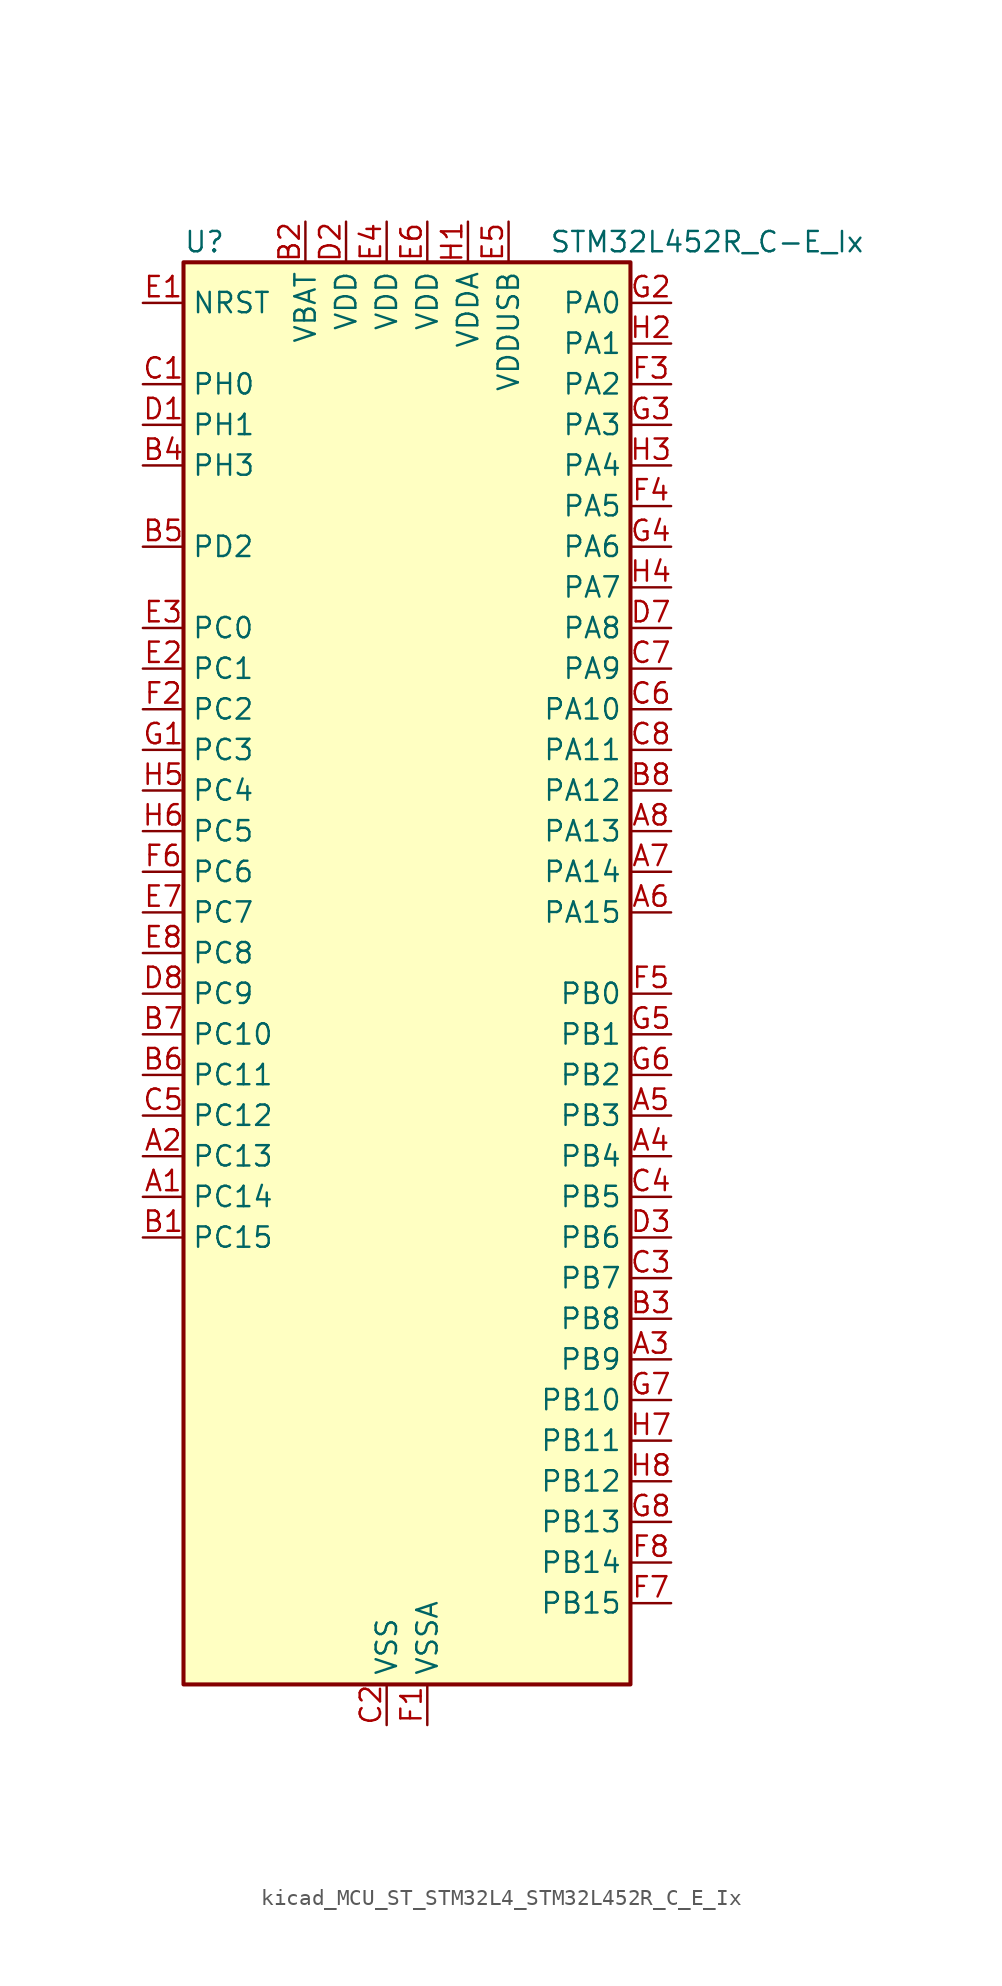
<source format=kicad_sym>
(kicad_symbol_lib
  (version 20220914)
  (generator kicad_symbol_editor)
  (symbol "kicad_MCU_ST_STM32L4_STM32L452R_C_E_Ix"
    (property "Reference" "U"
      (at -12.7 46.99 0)
      (effects (font (size 1.27 1.27)) (justify left)))
    (property "Value" "STM32L452R_C-E_Ix"
      (at 10.16 46.99 0)
      (effects (font (size 1.27 1.27)) (justify left)))
    (property "ki_locked" ""
      (at 0 0 0)
      (effects (font (size 1.27 1.27))))
    (symbol "kicad_MCU_ST_STM32L4_STM32L452R_C_E_Ix_0_1"
      (rectangle (start -12.7 -43.18) (end 15.24 45.72) (stroke (width 0.254) (type default)) (fill (type background))))
    (symbol "kicad_MCU_ST_STM32L4_STM32L452R_C_E_Ix_1_1"
      (pin bidirectional line (at -15.24 -12.7 0) (length 2.54) (name "PC14" (effects (font (size 1.27 1.27)))) (number "A1" (effects (font (size 1.27 1.27)))) (alternate "RCC_OSC32_IN" bidirectional line))
      (pin bidirectional line (at -15.24 -10.16 0) (length 2.54) (name "PC13" (effects (font (size 1.27 1.27)))) (number "A2" (effects (font (size 1.27 1.27)))) (alternate "RTC_OUT_ALARM" bidirectional line) (alternate "RTC_OUT_CALIB" bidirectional line) (alternate "RTC_TAMP1" bidirectional line) (alternate "RTC_TS" bidirectional line) (alternate "SYS_WKUP2" bidirectional line))
      (pin bidirectional line (at 17.78 -22.86 180) (length 2.54) (name "PB9" (effects (font (size 1.27 1.27)))) (number "A3" (effects (font (size 1.27 1.27)))) (alternate "CAN1_TX" bidirectional line) (alternate "DAC1_EXTI9" bidirectional line) (alternate "I2C1_SDA" bidirectional line) (alternate "IR_OUT" bidirectional line) (alternate "SAI1_FS_A" bidirectional line) (alternate "SDMMC1_D5" bidirectional line) (alternate "SPI2_NSS" bidirectional line))
      (pin bidirectional line (at 17.78 -10.16 180) (length 2.54) (name "PB4" (effects (font (size 1.27 1.27)))) (number "A4" (effects (font (size 1.27 1.27)))) (alternate "COMP2_INP" bidirectional line) (alternate "I2C3_SDA" bidirectional line) (alternate "SAI1_MCLK_B" bidirectional line) (alternate "SPI1_MISO" bidirectional line) (alternate "SPI3_MISO" bidirectional line) (alternate "SYS_JTRST" bidirectional line) (alternate "TIM3_CH1" bidirectional line) (alternate "TSC_G2_IO1" bidirectional line) (alternate "USART1_CTS" bidirectional line))
      (pin bidirectional line (at 17.78 -7.62 180) (length 2.54) (name "PB3" (effects (font (size 1.27 1.27)))) (number "A5" (effects (font (size 1.27 1.27)))) (alternate "COMP2_INM" bidirectional line) (alternate "SAI1_SCK_B" bidirectional line) (alternate "SPI1_SCK" bidirectional line) (alternate "SPI3_SCK" bidirectional line) (alternate "SYS_JTDO-SWO" bidirectional line) (alternate "TIM2_CH2" bidirectional line) (alternate "USART1_DE" bidirectional line) (alternate "USART1_RTS" bidirectional line))
      (pin bidirectional line (at 17.78 5.08 180) (length 2.54) (name "PA15" (effects (font (size 1.27 1.27)))) (number "A6" (effects (font (size 1.27 1.27)))) (alternate "ADC1_EXTI15" bidirectional line) (alternate "SPI1_NSS" bidirectional line) (alternate "SPI3_NSS" bidirectional line) (alternate "SYS_JTDI" bidirectional line) (alternate "TIM2_CH1" bidirectional line) (alternate "TIM2_ETR" bidirectional line) (alternate "TSC_G3_IO1" bidirectional line) (alternate "UART4_DE" bidirectional line) (alternate "UART4_RTS" bidirectional line) (alternate "USART2_RX" bidirectional line) (alternate "USART3_DE" bidirectional line) (alternate "USART3_RTS" bidirectional line))
      (pin bidirectional line (at 17.78 7.62 180) (length 2.54) (name "PA14" (effects (font (size 1.27 1.27)))) (number "A7" (effects (font (size 1.27 1.27)))) (alternate "I2C1_SMBA" bidirectional line) (alternate "I2C4_SMBA" bidirectional line) (alternate "LPTIM1_OUT" bidirectional line) (alternate "SAI1_FS_B" bidirectional line) (alternate "SYS_JTCK-SWCLK" bidirectional line))
      (pin bidirectional line (at 17.78 10.16 180) (length 2.54) (name "PA13" (effects (font (size 1.27 1.27)))) (number "A8" (effects (font (size 1.27 1.27)))) (alternate "IR_OUT" bidirectional line) (alternate "SAI1_SD_B" bidirectional line) (alternate "SYS_JTMS-SWDIO" bidirectional line) (alternate "USB_NOE" bidirectional line))
      (pin bidirectional line (at -15.24 -15.24 0) (length 2.54) (name "PC15" (effects (font (size 1.27 1.27)))) (number "B1" (effects (font (size 1.27 1.27)))) (alternate "ADC1_EXTI15" bidirectional line) (alternate "RCC_OSC32_OUT" bidirectional line))
      (pin power_in line (at -5.08 48.26 270) (length 2.54) (name "VBAT" (effects (font (size 1.27 1.27)))) (number "B2" (effects (font (size 1.27 1.27)))))
      (pin bidirectional line (at 17.78 -20.32 180) (length 2.54) (name "PB8" (effects (font (size 1.27 1.27)))) (number "B3" (effects (font (size 1.27 1.27)))) (alternate "CAN1_RX" bidirectional line) (alternate "I2C1_SCL" bidirectional line) (alternate "SAI1_MCLK_A" bidirectional line) (alternate "SDMMC1_D4" bidirectional line) (alternate "TIM16_CH1" bidirectional line))
      (pin bidirectional line (at -15.24 33.02 0) (length 2.54) (name "PH3" (effects (font (size 1.27 1.27)))) (number "B4" (effects (font (size 1.27 1.27)))))
      (pin bidirectional line (at -15.24 27.94 0) (length 2.54) (name "PD2" (effects (font (size 1.27 1.27)))) (number "B5" (effects (font (size 1.27 1.27)))) (alternate "SDMMC1_CMD" bidirectional line) (alternate "SYS_TRACED2" bidirectional line) (alternate "TIM3_ETR" bidirectional line) (alternate "TSC_SYNC" bidirectional line) (alternate "USART3_DE" bidirectional line) (alternate "USART3_RTS" bidirectional line))
      (pin bidirectional line (at -15.24 -5.08 0) (length 2.54) (name "PC11" (effects (font (size 1.27 1.27)))) (number "B6" (effects (font (size 1.27 1.27)))) (alternate "ADC1_EXTI11" bidirectional line) (alternate "SDMMC1_D3" bidirectional line) (alternate "SPI3_MISO" bidirectional line) (alternate "TSC_G3_IO3" bidirectional line) (alternate "UART4_RX" bidirectional line) (alternate "USART3_RX" bidirectional line))
      (pin bidirectional line (at -15.24 -2.54 0) (length 2.54) (name "PC10" (effects (font (size 1.27 1.27)))) (number "B7" (effects (font (size 1.27 1.27)))) (alternate "SDMMC1_D2" bidirectional line) (alternate "SPI3_SCK" bidirectional line) (alternate "SYS_TRACED1" bidirectional line) (alternate "TSC_G3_IO2" bidirectional line) (alternate "UART4_TX" bidirectional line) (alternate "USART3_TX" bidirectional line))
      (pin bidirectional line (at 17.78 12.7 180) (length 2.54) (name "PA12" (effects (font (size 1.27 1.27)))) (number "B8" (effects (font (size 1.27 1.27)))) (alternate "CAN1_TX" bidirectional line) (alternate "SPI1_MOSI" bidirectional line) (alternate "TIM1_ETR" bidirectional line) (alternate "USART1_DE" bidirectional line) (alternate "USART1_RTS" bidirectional line) (alternate "USB_DP" bidirectional line))
      (pin bidirectional line (at -15.24 38.1 0) (length 2.54) (name "PH0" (effects (font (size 1.27 1.27)))) (number "C1" (effects (font (size 1.27 1.27)))) (alternate "RCC_OSC_IN" bidirectional line))
      (pin power_in line (at 0 -45.72 90) (length 2.54) (name "VSS" (effects (font (size 1.27 1.27)))) (number "C2" (effects (font (size 1.27 1.27)))))
      (pin bidirectional line (at 17.78 -17.78 180) (length 2.54) (name "PB7" (effects (font (size 1.27 1.27)))) (number "C3" (effects (font (size 1.27 1.27)))) (alternate "COMP2_INM" bidirectional line) (alternate "I2C1_SDA" bidirectional line) (alternate "I2C4_SDA" bidirectional line) (alternate "LPTIM1_IN2" bidirectional line) (alternate "SYS_PVD_IN" bidirectional line) (alternate "TSC_G2_IO4" bidirectional line) (alternate "UART4_CTS" bidirectional line) (alternate "USART1_RX" bidirectional line))
      (pin bidirectional line (at 17.78 -12.7 180) (length 2.54) (name "PB5" (effects (font (size 1.27 1.27)))) (number "C4" (effects (font (size 1.27 1.27)))) (alternate "CAN1_RX" bidirectional line) (alternate "COMP2_OUT" bidirectional line) (alternate "I2C1_SMBA" bidirectional line) (alternate "LPTIM1_IN1" bidirectional line) (alternate "SAI1_SD_B" bidirectional line) (alternate "SPI1_MOSI" bidirectional line) (alternate "SPI3_MOSI" bidirectional line) (alternate "TIM16_BKIN" bidirectional line) (alternate "TIM3_CH2" bidirectional line) (alternate "TSC_G2_IO2" bidirectional line) (alternate "USART1_CK" bidirectional line))
      (pin bidirectional line (at -15.24 -7.62 0) (length 2.54) (name "PC12" (effects (font (size 1.27 1.27)))) (number "C5" (effects (font (size 1.27 1.27)))) (alternate "SDMMC1_CK" bidirectional line) (alternate "SPI3_MOSI" bidirectional line) (alternate "SYS_TRACED3" bidirectional line) (alternate "TSC_G3_IO4" bidirectional line) (alternate "USART3_CK" bidirectional line))
      (pin bidirectional line (at 17.78 17.78 180) (length 2.54) (name "PA10" (effects (font (size 1.27 1.27)))) (number "C6" (effects (font (size 1.27 1.27)))) (alternate "CRS_SYNC" bidirectional line) (alternate "I2C1_SDA" bidirectional line) (alternate "SAI1_SD_A" bidirectional line) (alternate "TIM1_CH3" bidirectional line) (alternate "USART1_RX" bidirectional line))
      (pin bidirectional line (at 17.78 20.32 180) (length 2.54) (name "PA9" (effects (font (size 1.27 1.27)))) (number "C7" (effects (font (size 1.27 1.27)))) (alternate "DAC1_EXTI9" bidirectional line) (alternate "DFSDM1_DATIN1" bidirectional line) (alternate "I2C1_SCL" bidirectional line) (alternate "SAI1_FS_A" bidirectional line) (alternate "TIM15_BKIN" bidirectional line) (alternate "TIM1_CH2" bidirectional line) (alternate "USART1_TX" bidirectional line))
      (pin bidirectional line (at 17.78 15.24 180) (length 2.54) (name "PA11" (effects (font (size 1.27 1.27)))) (number "C8" (effects (font (size 1.27 1.27)))) (alternate "ADC1_EXTI11" bidirectional line) (alternate "CAN1_RX" bidirectional line) (alternate "COMP1_OUT" bidirectional line) (alternate "SPI1_MISO" bidirectional line) (alternate "TIM1_BKIN2" bidirectional line) (alternate "TIM1_BKIN2_COMP1" bidirectional line) (alternate "TIM1_CH4" bidirectional line) (alternate "USART1_CTS" bidirectional line) (alternate "USB_DM" bidirectional line))
      (pin bidirectional line (at -15.24 35.56 0) (length 2.54) (name "PH1" (effects (font (size 1.27 1.27)))) (number "D1" (effects (font (size 1.27 1.27)))) (alternate "RCC_OSC_OUT" bidirectional line))
      (pin power_in line (at -2.54 48.26 270) (length 2.54) (name "VDD" (effects (font (size 1.27 1.27)))) (number "D2" (effects (font (size 1.27 1.27)))))
      (pin bidirectional line (at 17.78 -15.24 180) (length 2.54) (name "PB6" (effects (font (size 1.27 1.27)))) (number "D3" (effects (font (size 1.27 1.27)))) (alternate "CAN1_TX" bidirectional line) (alternate "COMP2_INP" bidirectional line) (alternate "I2C1_SCL" bidirectional line) (alternate "I2C4_SCL" bidirectional line) (alternate "LPTIM1_ETR" bidirectional line) (alternate "SAI1_FS_B" bidirectional line) (alternate "TIM16_CH1N" bidirectional line) (alternate "TSC_G2_IO3" bidirectional line) (alternate "USART1_TX" bidirectional line))
      (pin passive line (at 0 -45.72 90) (length 2.54) hide (name "VSS" (effects (font (size 1.27 1.27)))) (number "D4" (effects (font (size 1.27 1.27)))))
      (pin passive line (at 0 -45.72 90) (length 2.54) hide (name "VSS" (effects (font (size 1.27 1.27)))) (number "D5" (effects (font (size 1.27 1.27)))))
      (pin passive line (at 0 -45.72 90) (length 2.54) hide (name "VSS" (effects (font (size 1.27 1.27)))) (number "D6" (effects (font (size 1.27 1.27)))))
      (pin bidirectional line (at 17.78 22.86 180) (length 2.54) (name "PA8" (effects (font (size 1.27 1.27)))) (number "D7" (effects (font (size 1.27 1.27)))) (alternate "DFSDM1_CKIN1" bidirectional line) (alternate "LPTIM2_OUT" bidirectional line) (alternate "RCC_MCO" bidirectional line) (alternate "SAI1_SCK_A" bidirectional line) (alternate "TIM1_CH1" bidirectional line) (alternate "USART1_CK" bidirectional line))
      (pin bidirectional line (at -15.24 0 0) (length 2.54) (name "PC9" (effects (font (size 1.27 1.27)))) (number "D8" (effects (font (size 1.27 1.27)))) (alternate "DAC1_EXTI9" bidirectional line) (alternate "SDMMC1_D1" bidirectional line) (alternate "TIM3_CH4" bidirectional line) (alternate "TSC_G4_IO4" bidirectional line) (alternate "USB_NOE" bidirectional line))
      (pin input line (at -15.24 43.18 0) (length 2.54) (name "NRST" (effects (font (size 1.27 1.27)))) (number "E1" (effects (font (size 1.27 1.27)))))
      (pin bidirectional line (at -15.24 20.32 0) (length 2.54) (name "PC1" (effects (font (size 1.27 1.27)))) (number "E2" (effects (font (size 1.27 1.27)))) (alternate "ADC1_IN2" bidirectional line) (alternate "I2C3_SDA" bidirectional line) (alternate "I2C4_SDA" bidirectional line) (alternate "LPTIM1_OUT" bidirectional line) (alternate "LPUART1_TX" bidirectional line) (alternate "SYS_TRACED0" bidirectional line))
      (pin bidirectional line (at -15.24 22.86 0) (length 2.54) (name "PC0" (effects (font (size 1.27 1.27)))) (number "E3" (effects (font (size 1.27 1.27)))) (alternate "ADC1_IN1" bidirectional line) (alternate "I2C3_SCL" bidirectional line) (alternate "I2C4_SCL" bidirectional line) (alternate "LPTIM1_IN1" bidirectional line) (alternate "LPTIM2_IN1" bidirectional line) (alternate "LPUART1_RX" bidirectional line))
      (pin power_in line (at 0 48.26 270) (length 2.54) (name "VDD" (effects (font (size 1.27 1.27)))) (number "E4" (effects (font (size 1.27 1.27)))))
      (pin power_in line (at 7.62 48.26 270) (length 2.54) (name "VDDUSB" (effects (font (size 1.27 1.27)))) (number "E5" (effects (font (size 1.27 1.27)))))
      (pin power_in line (at 2.54 48.26 270) (length 2.54) (name "VDD" (effects (font (size 1.27 1.27)))) (number "E6" (effects (font (size 1.27 1.27)))))
      (pin bidirectional line (at -15.24 5.08 0) (length 2.54) (name "PC7" (effects (font (size 1.27 1.27)))) (number "E7" (effects (font (size 1.27 1.27)))) (alternate "DFSDM1_DATIN3" bidirectional line) (alternate "SDMMC1_D7" bidirectional line) (alternate "TIM3_CH2" bidirectional line) (alternate "TSC_G4_IO2" bidirectional line))
      (pin bidirectional line (at -15.24 2.54 0) (length 2.54) (name "PC8" (effects (font (size 1.27 1.27)))) (number "E8" (effects (font (size 1.27 1.27)))) (alternate "SDMMC1_D0" bidirectional line) (alternate "TIM3_CH3" bidirectional line) (alternate "TSC_G4_IO3" bidirectional line))
      (pin power_in line (at 2.54 -45.72 90) (length 2.54) (name "VSSA" (effects (font (size 1.27 1.27)))) (number "F1" (effects (font (size 1.27 1.27)))))
      (pin bidirectional line (at -15.24 17.78 0) (length 2.54) (name "PC2" (effects (font (size 1.27 1.27)))) (number "F2" (effects (font (size 1.27 1.27)))) (alternate "ADC1_IN3" bidirectional line) (alternate "DFSDM1_CKOUT" bidirectional line) (alternate "LPTIM1_IN2" bidirectional line) (alternate "SPI2_MISO" bidirectional line))
      (pin bidirectional line (at 17.78 38.1 180) (length 2.54) (name "PA2" (effects (font (size 1.27 1.27)))) (number "F3" (effects (font (size 1.27 1.27)))) (alternate "ADC1_IN7" bidirectional line) (alternate "COMP2_INM" bidirectional line) (alternate "COMP2_OUT" bidirectional line) (alternate "LPUART1_TX" bidirectional line) (alternate "QUADSPI_BK1_NCS" bidirectional line) (alternate "RCC_LSCO" bidirectional line) (alternate "SYS_WKUP4" bidirectional line) (alternate "TIM15_CH1" bidirectional line) (alternate "TIM2_CH3" bidirectional line) (alternate "USART2_TX" bidirectional line))
      (pin bidirectional line (at 17.78 30.48 180) (length 2.54) (name "PA5" (effects (font (size 1.27 1.27)))) (number "F4" (effects (font (size 1.27 1.27)))) (alternate "ADC1_IN10" bidirectional line) (alternate "COMP1_INM" bidirectional line) (alternate "COMP2_INM" bidirectional line) (alternate "DFSDM1_CKOUT" bidirectional line) (alternate "LPTIM2_ETR" bidirectional line) (alternate "SPI1_SCK" bidirectional line) (alternate "TIM2_CH1" bidirectional line) (alternate "TIM2_ETR" bidirectional line))
      (pin bidirectional line (at 17.78 0 180) (length 2.54) (name "PB0" (effects (font (size 1.27 1.27)))) (number "F5" (effects (font (size 1.27 1.27)))) (alternate "ADC1_IN15" bidirectional line) (alternate "COMP1_OUT" bidirectional line) (alternate "DFSDM1_CKIN0" bidirectional line) (alternate "QUADSPI_BK1_IO1" bidirectional line) (alternate "SAI1_EXTCLK" bidirectional line) (alternate "SPI1_NSS" bidirectional line) (alternate "TIM1_CH2N" bidirectional line) (alternate "TIM3_CH3" bidirectional line) (alternate "USART3_CK" bidirectional line))
      (pin bidirectional line (at -15.24 7.62 0) (length 2.54) (name "PC6" (effects (font (size 1.27 1.27)))) (number "F6" (effects (font (size 1.27 1.27)))) (alternate "DFSDM1_CKIN3" bidirectional line) (alternate "SDMMC1_D6" bidirectional line) (alternate "TIM3_CH1" bidirectional line) (alternate "TSC_G4_IO1" bidirectional line))
      (pin bidirectional line (at 17.78 -38.1 180) (length 2.54) (name "PB15" (effects (font (size 1.27 1.27)))) (number "F7" (effects (font (size 1.27 1.27)))) (alternate "ADC1_EXTI15" bidirectional line) (alternate "DFSDM1_CKIN2" bidirectional line) (alternate "RTC_REFIN" bidirectional line) (alternate "SAI1_SD_A" bidirectional line) (alternate "SPI2_MOSI" bidirectional line) (alternate "TIM15_CH2" bidirectional line) (alternate "TIM1_CH3N" bidirectional line) (alternate "TSC_G1_IO4" bidirectional line))
      (pin bidirectional line (at 17.78 -35.56 180) (length 2.54) (name "PB14" (effects (font (size 1.27 1.27)))) (number "F8" (effects (font (size 1.27 1.27)))) (alternate "DFSDM1_DATIN2" bidirectional line) (alternate "I2C2_SDA" bidirectional line) (alternate "SAI1_MCLK_A" bidirectional line) (alternate "SPI2_MISO" bidirectional line) (alternate "TIM15_CH1" bidirectional line) (alternate "TIM1_CH2N" bidirectional line) (alternate "TSC_G1_IO3" bidirectional line) (alternate "USART3_DE" bidirectional line) (alternate "USART3_RTS" bidirectional line))
      (pin bidirectional line (at -15.24 15.24 0) (length 2.54) (name "PC3" (effects (font (size 1.27 1.27)))) (number "G1" (effects (font (size 1.27 1.27)))) (alternate "ADC1_IN4" bidirectional line) (alternate "LPTIM1_ETR" bidirectional line) (alternate "LPTIM2_ETR" bidirectional line) (alternate "SAI1_SD_A" bidirectional line) (alternate "SPI2_MOSI" bidirectional line))
      (pin bidirectional line (at 17.78 43.18 180) (length 2.54) (name "PA0" (effects (font (size 1.27 1.27)))) (number "G2" (effects (font (size 1.27 1.27)))) (alternate "ADC1_IN5" bidirectional line) (alternate "COMP1_INM" bidirectional line) (alternate "COMP1_OUT" bidirectional line) (alternate "OPAMP1_VINP" bidirectional line) (alternate "RTC_TAMP2" bidirectional line) (alternate "SAI1_EXTCLK" bidirectional line) (alternate "SYS_WKUP1" bidirectional line) (alternate "TIM2_CH1" bidirectional line) (alternate "TIM2_ETR" bidirectional line) (alternate "UART4_TX" bidirectional line) (alternate "USART2_CTS" bidirectional line))
      (pin bidirectional line (at 17.78 35.56 180) (length 2.54) (name "PA3" (effects (font (size 1.27 1.27)))) (number "G3" (effects (font (size 1.27 1.27)))) (alternate "ADC1_IN8" bidirectional line) (alternate "COMP2_INP" bidirectional line) (alternate "LPUART1_RX" bidirectional line) (alternate "OPAMP1_VOUT" bidirectional line) (alternate "QUADSPI_CLK" bidirectional line) (alternate "SAI1_MCLK_A" bidirectional line) (alternate "TIM15_CH2" bidirectional line) (alternate "TIM2_CH4" bidirectional line) (alternate "USART2_RX" bidirectional line))
      (pin bidirectional line (at 17.78 27.94 180) (length 2.54) (name "PA6" (effects (font (size 1.27 1.27)))) (number "G4" (effects (font (size 1.27 1.27)))) (alternate "ADC1_IN11" bidirectional line) (alternate "COMP1_OUT" bidirectional line) (alternate "LPUART1_CTS" bidirectional line) (alternate "QUADSPI_BK1_IO3" bidirectional line) (alternate "SPI1_MISO" bidirectional line) (alternate "TIM16_CH1" bidirectional line) (alternate "TIM1_BKIN" bidirectional line) (alternate "TIM1_BKIN_COMP2" bidirectional line) (alternate "TIM3_CH1" bidirectional line) (alternate "USART3_CTS" bidirectional line))
      (pin bidirectional line (at 17.78 -2.54 180) (length 2.54) (name "PB1" (effects (font (size 1.27 1.27)))) (number "G5" (effects (font (size 1.27 1.27)))) (alternate "ADC1_IN16" bidirectional line) (alternate "COMP1_INM" bidirectional line) (alternate "DFSDM1_DATIN0" bidirectional line) (alternate "LPTIM2_IN1" bidirectional line) (alternate "LPUART1_DE" bidirectional line) (alternate "LPUART1_RTS" bidirectional line) (alternate "QUADSPI_BK1_IO0" bidirectional line) (alternate "TIM1_CH3N" bidirectional line) (alternate "TIM3_CH4" bidirectional line) (alternate "USART3_DE" bidirectional line) (alternate "USART3_RTS" bidirectional line))
      (pin bidirectional line (at 17.78 -5.08 180) (length 2.54) (name "PB2" (effects (font (size 1.27 1.27)))) (number "G6" (effects (font (size 1.27 1.27)))) (alternate "COMP1_INP" bidirectional line) (alternate "DFSDM1_CKIN0" bidirectional line) (alternate "I2C3_SMBA" bidirectional line) (alternate "LPTIM1_OUT" bidirectional line) (alternate "RTC_OUT_ALARM" bidirectional line) (alternate "RTC_OUT_CALIB" bidirectional line))
      (pin bidirectional line (at 17.78 -25.4 180) (length 2.54) (name "PB10" (effects (font (size 1.27 1.27)))) (number "G7" (effects (font (size 1.27 1.27)))) (alternate "COMP1_OUT" bidirectional line) (alternate "I2C2_SCL" bidirectional line) (alternate "I2C4_SCL" bidirectional line) (alternate "LPUART1_RX" bidirectional line) (alternate "QUADSPI_CLK" bidirectional line) (alternate "SAI1_SCK_A" bidirectional line) (alternate "SPI2_SCK" bidirectional line) (alternate "TIM2_CH3" bidirectional line) (alternate "TSC_SYNC" bidirectional line) (alternate "USART3_TX" bidirectional line))
      (pin bidirectional line (at 17.78 -33.02 180) (length 2.54) (name "PB13" (effects (font (size 1.27 1.27)))) (number "G8" (effects (font (size 1.27 1.27)))) (alternate "CAN1_TX" bidirectional line) (alternate "DFSDM1_CKIN1" bidirectional line) (alternate "I2C2_SCL" bidirectional line) (alternate "LPUART1_CTS" bidirectional line) (alternate "SAI1_SCK_A" bidirectional line) (alternate "SPI2_SCK" bidirectional line) (alternate "TIM15_CH1N" bidirectional line) (alternate "TIM1_CH1N" bidirectional line) (alternate "TSC_G1_IO2" bidirectional line) (alternate "USART3_CTS" bidirectional line))
      (pin power_in line (at 5.08 48.26 270) (length 2.54) (name "VDDA" (effects (font (size 1.27 1.27)))) (number "H1" (effects (font (size 1.27 1.27)))))
      (pin bidirectional line (at 17.78 40.64 180) (length 2.54) (name "PA1" (effects (font (size 1.27 1.27)))) (number "H2" (effects (font (size 1.27 1.27)))) (alternate "ADC1_IN6" bidirectional line) (alternate "COMP1_INP" bidirectional line) (alternate "I2C1_SMBA" bidirectional line) (alternate "OPAMP1_VINM" bidirectional line) (alternate "SPI1_SCK" bidirectional line) (alternate "TIM15_CH1N" bidirectional line) (alternate "TIM2_CH2" bidirectional line) (alternate "UART4_RX" bidirectional line) (alternate "USART2_DE" bidirectional line) (alternate "USART2_RTS" bidirectional line))
      (pin bidirectional line (at 17.78 33.02 180) (length 2.54) (name "PA4" (effects (font (size 1.27 1.27)))) (number "H3" (effects (font (size 1.27 1.27)))) (alternate "ADC1_IN9" bidirectional line) (alternate "COMP1_INM" bidirectional line) (alternate "COMP2_INM" bidirectional line) (alternate "DAC1_OUT1" bidirectional line) (alternate "LPTIM2_OUT" bidirectional line) (alternate "SAI1_FS_B" bidirectional line) (alternate "SPI1_NSS" bidirectional line) (alternate "SPI3_NSS" bidirectional line) (alternate "USART2_CK" bidirectional line))
      (pin bidirectional line (at 17.78 25.4 180) (length 2.54) (name "PA7" (effects (font (size 1.27 1.27)))) (number "H4" (effects (font (size 1.27 1.27)))) (alternate "ADC1_IN12" bidirectional line) (alternate "COMP2_OUT" bidirectional line) (alternate "DFSDM1_DATIN0" bidirectional line) (alternate "I2C3_SCL" bidirectional line) (alternate "QUADSPI_BK1_IO2" bidirectional line) (alternate "SPI1_MOSI" bidirectional line) (alternate "TIM1_CH1N" bidirectional line) (alternate "TIM3_CH2" bidirectional line))
      (pin bidirectional line (at -15.24 12.7 0) (length 2.54) (name "PC4" (effects (font (size 1.27 1.27)))) (number "H5" (effects (font (size 1.27 1.27)))) (alternate "ADC1_IN13" bidirectional line) (alternate "COMP1_INM" bidirectional line) (alternate "USART3_TX" bidirectional line))
      (pin bidirectional line (at -15.24 10.16 0) (length 2.54) (name "PC5" (effects (font (size 1.27 1.27)))) (number "H6" (effects (font (size 1.27 1.27)))) (alternate "ADC1_IN14" bidirectional line) (alternate "COMP1_INP" bidirectional line) (alternate "SYS_WKUP5" bidirectional line) (alternate "USART3_RX" bidirectional line))
      (pin bidirectional line (at 17.78 -27.94 180) (length 2.54) (name "PB11" (effects (font (size 1.27 1.27)))) (number "H7" (effects (font (size 1.27 1.27)))) (alternate "ADC1_EXTI11" bidirectional line) (alternate "COMP2_OUT" bidirectional line) (alternate "I2C2_SDA" bidirectional line) (alternate "I2C4_SDA" bidirectional line) (alternate "LPUART1_TX" bidirectional line) (alternate "QUADSPI_BK1_NCS" bidirectional line) (alternate "TIM2_CH4" bidirectional line) (alternate "USART3_RX" bidirectional line))
      (pin bidirectional line (at 17.78 -30.48 180) (length 2.54) (name "PB12" (effects (font (size 1.27 1.27)))) (number "H8" (effects (font (size 1.27 1.27)))) (alternate "CAN1_RX" bidirectional line) (alternate "DFSDM1_DATIN1" bidirectional line) (alternate "I2C2_SMBA" bidirectional line) (alternate "LPUART1_DE" bidirectional line) (alternate "LPUART1_RTS" bidirectional line) (alternate "SAI1_FS_A" bidirectional line) (alternate "SPI2_NSS" bidirectional line) (alternate "TIM15_BKIN" bidirectional line) (alternate "TIM1_BKIN" bidirectional line) (alternate "TIM1_BKIN_COMP2" bidirectional line) (alternate "TSC_G1_IO1" bidirectional line) (alternate "USART3_CK" bidirectional line)))))
</source>
